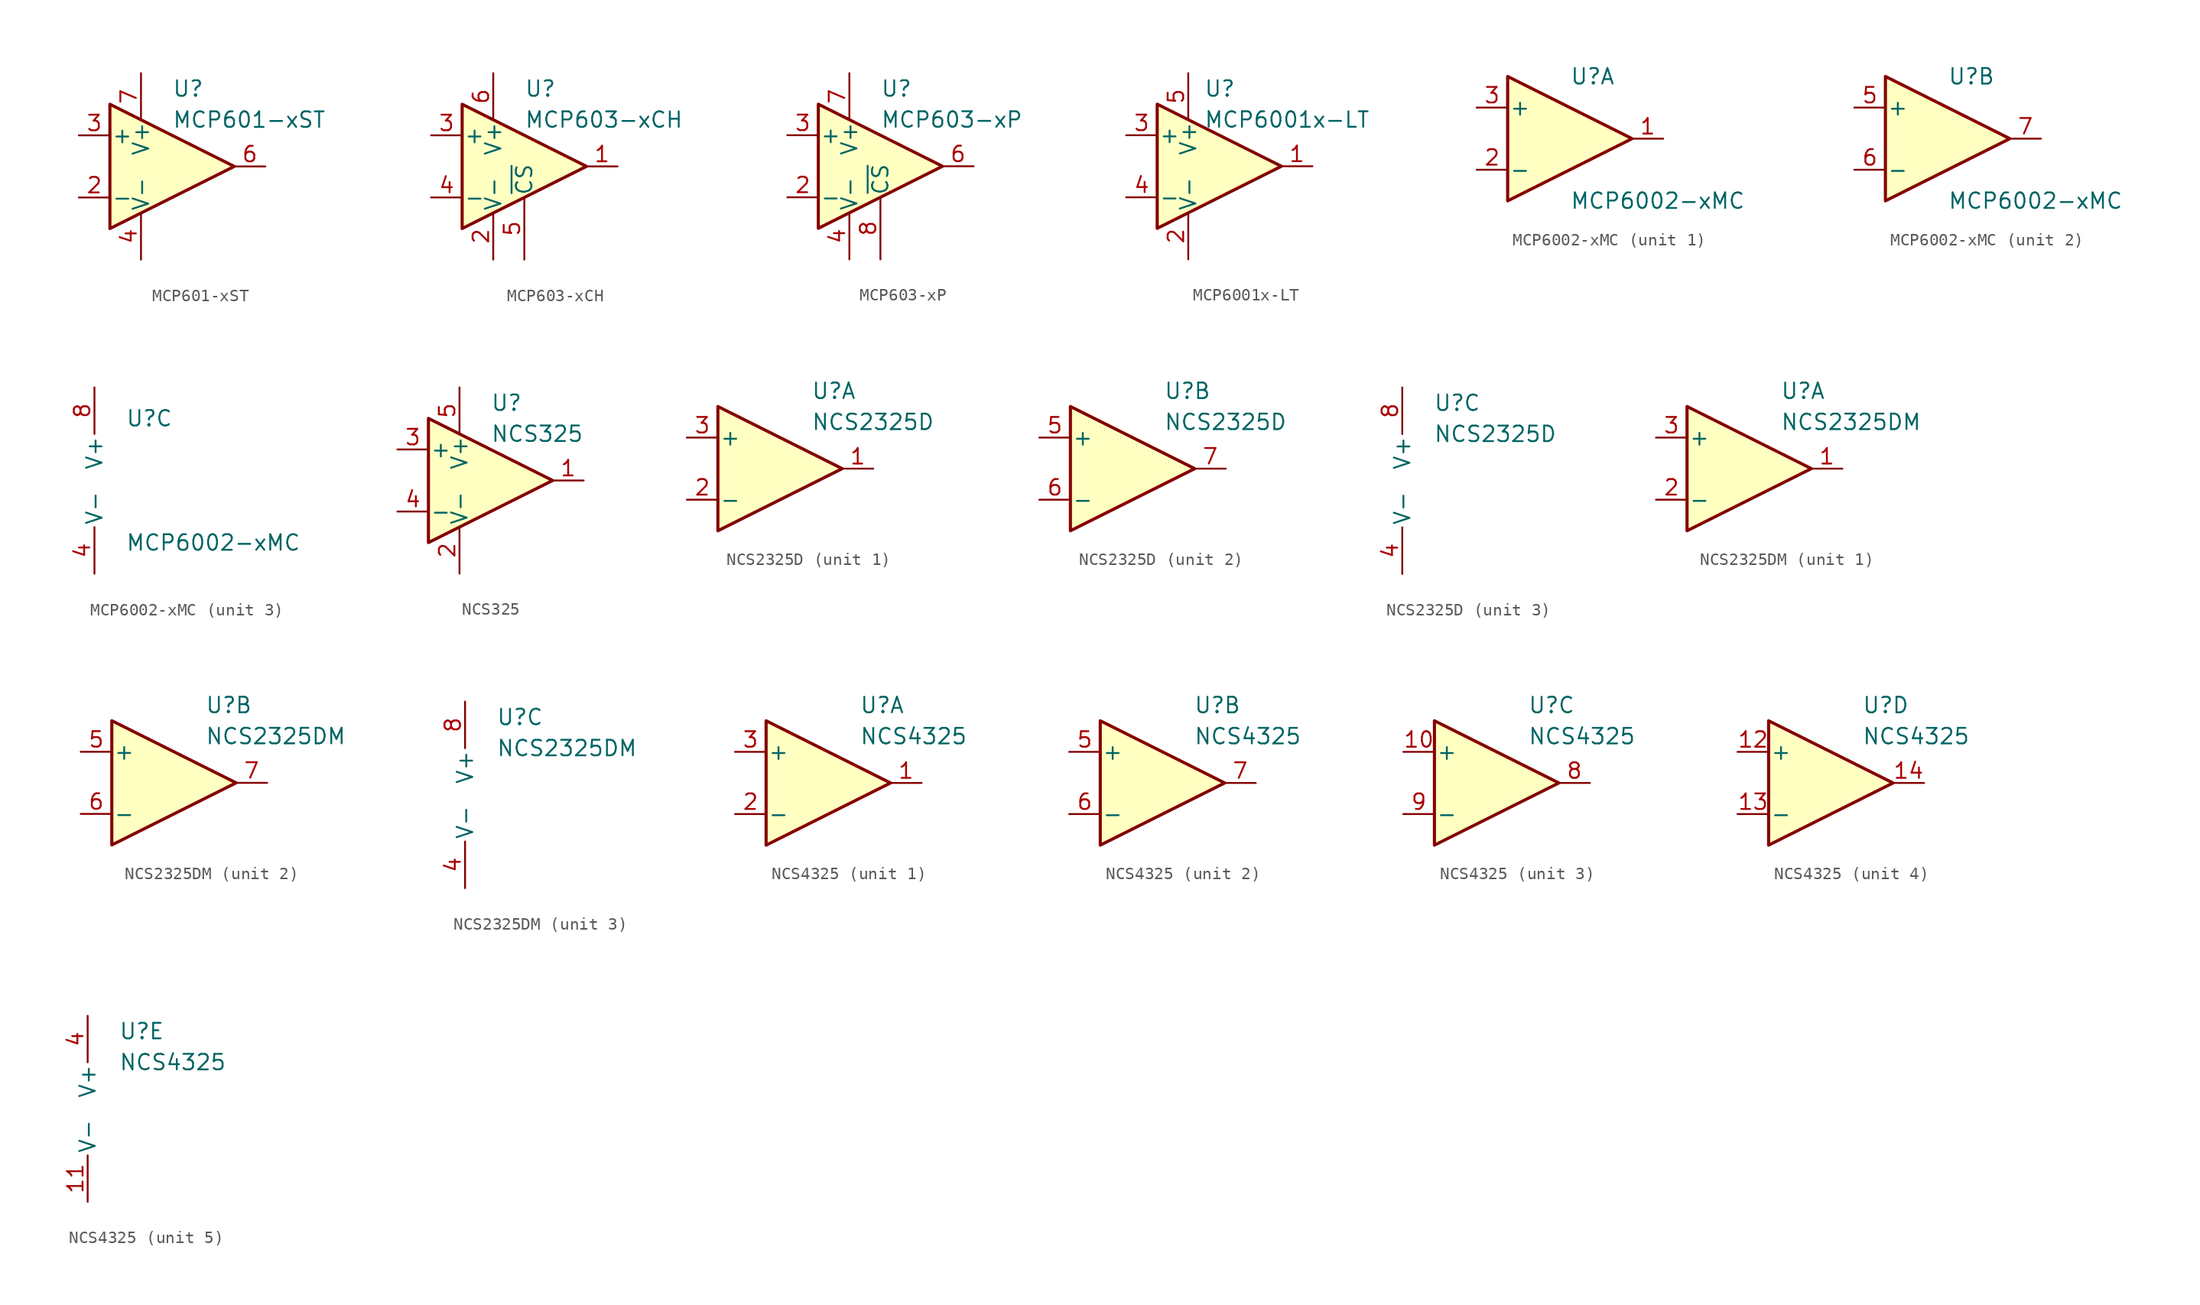
<source format=kicad_sym>
(kicad_symbol_lib
  (version 20200126)
  (host kicad_symbol_editor "(5.99.0-2908-g9a4f92dfd9)")
  (symbol "Bobs_Op_Amps:MCP601-xST"
    (pin_names
      (offset 0.127))
    (property "Reference" "U"
      (at 0 6.35 0)
      (effects (font (size 1.27 1.27)) (justify left)))
    (property "Value" "MCP601-xST"
      (at 0 3.81 0)
      (effects (font (size 1.27 1.27)) (justify left)))
    (symbol "MCP601-xST_0_1"
      (polyline (pts (xy -5.08 5.08) (xy 5.08 0) (xy -5.08 -5.08) (xy -5.08 5.08)) (stroke (width 0.254)) (fill (type background))))
    (symbol "MCP601-xST_1_1"
      (pin unconnected line (at -2.54 2.54 270) (length 2.54) hide (name "NC" (effects (font (size 1.27 1.27)))) (number "1" (effects (font (size 1.27 1.27)))))
      (pin input line (at -7.62 -2.54 0) (length 2.54) (name "-" (effects (font (size 1.27 1.27)))) (number "2" (effects (font (size 1.27 1.27)))))
      (pin input line (at -7.62 2.54 0) (length 2.54) (name "+" (effects (font (size 1.27 1.27)))) (number "3" (effects (font (size 1.27 1.27)))))
      (pin power_in line (at -2.54 -7.62 90) (length 3.81) (name "V-" (effects (font (size 1.27 1.27)))) (number "4" (effects (font (size 1.27 1.27)))))
      (pin unconnected line (at 0 2.54 270) (length 2.54) hide (name "NC" (effects (font (size 1.27 1.27)))) (number "5" (effects (font (size 1.27 1.27)))))
      (pin output line (at 7.62 0 180) (length 2.54) (name "~" (effects (font (size 1.27 1.27)))) (number "6" (effects (font (size 1.27 1.27)))))
      (pin power_in line (at -2.54 7.62 270) (length 3.81) (name "V+" (effects (font (size 1.27 1.27)))) (number "7" (effects (font (size 1.27 1.27)))))
      (pin unconnected line (at 0 -2.54 90) (length 2.54) hide (name "NC" (effects (font (size 1.27 1.27)))) (number "8" (effects (font (size 1.27 1.27)))))))
  (symbol "Bobs_Op_Amps:MCP603-xCH"
    (pin_names
      (offset 0.127))
    (property "Reference" "U"
      (at 0 6.35 0)
      (effects (font (size 1.27 1.27)) (justify left)))
    (property "Value" "MCP603-xCH"
      (at 0 3.81 0)
      (effects (font (size 1.27 1.27)) (justify left)))
    (symbol "MCP603-xCH_0_1"
      (polyline (pts (xy -5.08 5.08) (xy 5.08 0) (xy -5.08 -5.08) (xy -5.08 5.08)) (stroke (width 0.254)) (fill (type background))))
    (symbol "MCP603-xCH_1_1"
      (pin output line (at 7.62 0 180) (length 2.54) (name "~" (effects (font (size 1.27 1.27)))) (number "1" (effects (font (size 1.27 1.27)))))
      (pin power_in line (at -2.54 -7.62 90) (length 3.81) (name "V-" (effects (font (size 1.27 1.27)))) (number "2" (effects (font (size 1.27 1.27)))))
      (pin input line (at -7.62 2.54 0) (length 2.54) (name "+" (effects (font (size 1.27 1.27)))) (number "3" (effects (font (size 1.27 1.27)))))
      (pin input line (at -7.62 -2.54 0) (length 2.54) (name "-" (effects (font (size 1.27 1.27)))) (number "4" (effects (font (size 1.27 1.27)))))
      (pin input line (at 0 -7.62 90) (length 5.08) (name "~CS" (effects (font (size 1.27 1.27)))) (number "5" (effects (font (size 1.27 1.27)))))
      (pin power_in line (at -2.54 7.62 270) (length 3.81) (name "V+" (effects (font (size 1.27 1.27)))) (number "6" (effects (font (size 1.27 1.27)))))))
  (symbol "Bobs_Op_Amps:MCP603-xP"
    (pin_names
      (offset 0.127))
    (property "Reference" "U"
      (at 0 6.35 0)
      (effects (font (size 1.27 1.27)) (justify left)))
    (property "Value" "MCP603-xP"
      (at 0 3.81 0)
      (effects (font (size 1.27 1.27)) (justify left)))
    (symbol "MCP603-xP_0_1"
      (polyline (pts (xy -5.08 5.08) (xy 5.08 0) (xy -5.08 -5.08) (xy -5.08 5.08)) (stroke (width 0.254)) (fill (type background))))
    (symbol "MCP603-xP_1_1"
      (pin unconnected line (at 0 -2.54 90) (length 2.54) hide (name "NC" (effects (font (size 1.27 1.27)))) (number "1" (effects (font (size 1.27 1.27)))))
      (pin input line (at -7.62 -2.54 0) (length 2.54) (name "-" (effects (font (size 1.27 1.27)))) (number "2" (effects (font (size 1.27 1.27)))))
      (pin input line (at -7.62 2.54 0) (length 2.54) (name "+" (effects (font (size 1.27 1.27)))) (number "3" (effects (font (size 1.27 1.27)))))
      (pin power_in line (at -2.54 -7.62 90) (length 3.81) (name "V-" (effects (font (size 1.27 1.27)))) (number "4" (effects (font (size 1.27 1.27)))))
      (pin unconnected line (at -2.54 -2.54 90) (length 2.54) hide (name "NC" (effects (font (size 1.27 1.27)))) (number "5" (effects (font (size 1.27 1.27)))))
      (pin output line (at 7.62 0 180) (length 2.54) (name "~" (effects (font (size 1.27 1.27)))) (number "6" (effects (font (size 1.27 1.27)))))
      (pin power_in line (at -2.54 7.62 270) (length 3.81) (name "V+" (effects (font (size 1.27 1.27)))) (number "7" (effects (font (size 1.27 1.27)))))
      (pin input line (at 0 -7.62 90) (length 5.08) (name "~CS" (effects (font (size 1.27 1.27)))) (number "8" (effects (font (size 1.27 1.27)))))))
  (symbol "Bobs_Op_Amps:MCP6001x-LT"
    (pin_names
      (offset 0.127))
    (property "Reference" "U"
      (at -1.27 6.35 0)
      (effects (font (size 1.27 1.27)) (justify left)))
    (property "Value" "MCP6001x-LT"
      (at -1.27 3.81 0)
      (effects (font (size 1.27 1.27)) (justify left)))
    (symbol "MCP6001x-LT_0_1"
      (polyline (pts (xy -5.08 5.08) (xy 5.08 0) (xy -5.08 -5.08) (xy -5.08 5.08)) (stroke (width 0.254)) (fill (type background)))
      (pin power_in line (at -2.54 -7.62 90) (length 3.81) (name "V-" (effects (font (size 1.27 1.27)))) (number "2" (effects (font (size 1.27 1.27)))))
      (pin power_in line (at -2.54 7.62 270) (length 3.81) (name "V+" (effects (font (size 1.27 1.27)))) (number "5" (effects (font (size 1.27 1.27))))))
    (symbol "MCP6001x-LT_1_1"
      (pin output line (at 7.62 0 180) (length 2.54) (name "~" (effects (font (size 1.27 1.27)))) (number "1" (effects (font (size 1.27 1.27)))))
      (pin input line (at -7.62 2.54 0) (length 2.54) (name "+" (effects (font (size 1.27 1.27)))) (number "3" (effects (font (size 1.27 1.27)))))
      (pin input line (at -7.62 -2.54 0) (length 2.54) (name "-" (effects (font (size 1.27 1.27)))) (number "4" (effects (font (size 1.27 1.27)))))))
  (symbol "Bobs_Op_Amps:MCP6002-xMC"
    (pin_names
      (offset 0.127))
    (property "Reference" "U"
      (at 0 5.08 0)
      (effects (font (size 1.27 1.27)) (justify left)))
    (property "Value" "MCP6002-xMC"
      (at 0 -5.08 0)
      (effects (font (size 1.27 1.27)) (justify left)))
    (property "ki_locked" ""
      (at 0 0 0)
      (effects (font (size 1.27 1.27))))
    (symbol "MCP6002-xMC_1_1"
      (polyline (pts (xy -5.08 5.08) (xy 5.08 0) (xy -5.08 -5.08) (xy -5.08 5.08)) (stroke (width 0.254)) (fill (type background)))
      (pin output line (at 7.62 0 180) (length 2.54) (name "~" (effects (font (size 1.27 1.27)))) (number "1" (effects (font (size 1.27 1.27)))))
      (pin input line (at -7.62 -2.54 0) (length 2.54) (name "-" (effects (font (size 1.27 1.27)))) (number "2" (effects (font (size 1.27 1.27)))))
      (pin input line (at -7.62 2.54 0) (length 2.54) (name "+" (effects (font (size 1.27 1.27)))) (number "3" (effects (font (size 1.27 1.27))))))
    (symbol "MCP6002-xMC_2_1"
      (polyline (pts (xy -5.08 5.08) (xy 5.08 0) (xy -5.08 -5.08) (xy -5.08 5.08)) (stroke (width 0.254)) (fill (type background)))
      (pin input line (at -7.62 2.54 0) (length 2.54) (name "+" (effects (font (size 1.27 1.27)))) (number "5" (effects (font (size 1.27 1.27)))))
      (pin input line (at -7.62 -2.54 0) (length 2.54) (name "-" (effects (font (size 1.27 1.27)))) (number "6" (effects (font (size 1.27 1.27)))))
      (pin output line (at 7.62 0 180) (length 2.54) (name "~" (effects (font (size 1.27 1.27)))) (number "7" (effects (font (size 1.27 1.27))))))
    (symbol "MCP6002-xMC_3_1"
      (pin power_in line (at -2.54 -7.62 90) (length 3.81) (name "V-" (effects (font (size 1.27 1.27)))) (number "4" (effects (font (size 1.27 1.27)))))
      (pin power_in line (at -2.54 7.62 270) (length 3.81) (name "V+" (effects (font (size 1.27 1.27)))) (number "8" (effects (font (size 1.27 1.27)))))
      (pin passive line (at -2.54 -7.62 90) (length 3.81) hide (name "V-" (effects (font (size 1.27 1.27)))) (number "9" (effects (font (size 1.27 1.27)))))))
  (symbol "Bobs_Op_Amps:NCS325"
    (pin_names
      (offset 0.127))
    (property "Reference" "U"
      (at 0 6.35 0)
      (effects (font (size 1.27 1.27)) (justify left)))
    (property "Value" "NCS325"
      (at 0 3.81 0)
      (effects (font (size 1.27 1.27)) (justify left)))
    (symbol "NCS325_0_1"
      (polyline (pts (xy -5.08 5.08) (xy 5.08 0) (xy -5.08 -5.08) (xy -5.08 5.08)) (stroke (width 0.254)) (fill (type background))))
    (symbol "NCS325_1_1"
      (pin output line (at 7.62 0 180) (length 2.54) (name "~" (effects (font (size 1.27 1.27)))) (number "1" (effects (font (size 1.27 1.27)))))
      (pin power_in line (at -2.54 -7.62 90) (length 3.81) (name "V-" (effects (font (size 1.27 1.27)))) (number "2" (effects (font (size 1.27 1.27)))))
      (pin input line (at -7.62 2.54 0) (length 2.54) (name "+" (effects (font (size 1.27 1.27)))) (number "3" (effects (font (size 1.27 1.27)))))
      (pin input line (at -7.62 -2.54 0) (length 2.54) (name "-" (effects (font (size 1.27 1.27)))) (number "4" (effects (font (size 1.27 1.27)))))
      (pin power_in line (at -2.54 7.62 270) (length 3.81) (name "V+" (effects (font (size 1.27 1.27)))) (number "5" (effects (font (size 1.27 1.27)))))))
  (symbol "Bobs_Op_Amps:NCS2325D"
    (pin_names
      (offset 0.127))
    (property "Reference" "U"
      (at 2.54 6.35 0)
      (effects (font (size 1.27 1.27)) (justify left)))
    (property "Value" "NCS2325D"
      (at 2.54 3.81 0)
      (effects (font (size 1.27 1.27)) (justify left)))
    (property "ki_locked" ""
      (at 0 0 0)
      (effects (font (size 1.27 1.27))))
    (symbol "NCS2325D_1_1"
      (polyline (pts (xy 5.08 0) (xy -5.08 5.08) (xy -5.08 -5.08) (xy 5.08 0)) (stroke (width 0.254)) (fill (type background)))
      (pin output line (at 7.62 0 180) (length 2.54) (name "~" (effects (font (size 1.27 1.27)))) (number "1" (effects (font (size 1.27 1.27)))))
      (pin input line (at -7.62 -2.54 0) (length 2.54) (name "-" (effects (font (size 1.27 1.27)))) (number "2" (effects (font (size 1.27 1.27)))))
      (pin input line (at -7.62 2.54 0) (length 2.54) (name "+" (effects (font (size 1.27 1.27)))) (number "3" (effects (font (size 1.27 1.27))))))
    (symbol "NCS2325D_2_1"
      (polyline (pts (xy 5.08 0) (xy -5.08 5.08) (xy -5.08 -5.08) (xy 5.08 0)) (stroke (width 0.254)) (fill (type background)))
      (pin input line (at -7.62 2.54 0) (length 2.54) (name "+" (effects (font (size 1.27 1.27)))) (number "5" (effects (font (size 1.27 1.27)))))
      (pin input line (at -7.62 -2.54 0) (length 2.54) (name "-" (effects (font (size 1.27 1.27)))) (number "6" (effects (font (size 1.27 1.27)))))
      (pin output line (at 7.62 0 180) (length 2.54) (name "~" (effects (font (size 1.27 1.27)))) (number "7" (effects (font (size 1.27 1.27))))))
    (symbol "NCS2325D_3_1"
      (pin power_in line (at 0 -7.62 90) (length 3.81) (name "V-" (effects (font (size 1.27 1.27)))) (number "4" (effects (font (size 1.27 1.27)))))
      (pin power_in line (at 0 7.62 270) (length 3.81) (name "V+" (effects (font (size 1.27 1.27)))) (number "8" (effects (font (size 1.27 1.27)))))))
  (symbol "Bobs_Op_Amps:NCS2325DM"
    (pin_names
      (offset 0.127))
    (property "Reference" "U"
      (at 2.54 6.35 0)
      (effects (font (size 1.27 1.27)) (justify left)))
    (property "Value" "NCS2325DM"
      (at 2.54 3.81 0)
      (effects (font (size 1.27 1.27)) (justify left)))
    (property "ki_locked" ""
      (at 0 0 0)
      (effects (font (size 1.27 1.27))))
    (symbol "NCS2325DM_1_1"
      (polyline (pts (xy 5.08 0) (xy -5.08 5.08) (xy -5.08 -5.08) (xy 5.08 0)) (stroke (width 0.254)) (fill (type background)))
      (pin output line (at 7.62 0 180) (length 2.54) (name "~" (effects (font (size 1.27 1.27)))) (number "1" (effects (font (size 1.27 1.27)))))
      (pin input line (at -7.62 -2.54 0) (length 2.54) (name "-" (effects (font (size 1.27 1.27)))) (number "2" (effects (font (size 1.27 1.27)))))
      (pin input line (at -7.62 2.54 0) (length 2.54) (name "+" (effects (font (size 1.27 1.27)))) (number "3" (effects (font (size 1.27 1.27))))))
    (symbol "NCS2325DM_2_1"
      (polyline (pts (xy 5.08 0) (xy -5.08 5.08) (xy -5.08 -5.08) (xy 5.08 0)) (stroke (width 0.254)) (fill (type background)))
      (pin input line (at -7.62 2.54 0) (length 2.54) (name "+" (effects (font (size 1.27 1.27)))) (number "5" (effects (font (size 1.27 1.27)))))
      (pin input line (at -7.62 -2.54 0) (length 2.54) (name "-" (effects (font (size 1.27 1.27)))) (number "6" (effects (font (size 1.27 1.27)))))
      (pin output line (at 7.62 0 180) (length 2.54) (name "~" (effects (font (size 1.27 1.27)))) (number "7" (effects (font (size 1.27 1.27))))))
    (symbol "NCS2325DM_3_1"
      (pin power_in line (at 0 -7.62 90) (length 3.81) (name "V-" (effects (font (size 1.27 1.27)))) (number "4" (effects (font (size 1.27 1.27)))))
      (pin power_in line (at 0 7.62 270) (length 3.81) (name "V+" (effects (font (size 1.27 1.27)))) (number "8" (effects (font (size 1.27 1.27)))))))
  (symbol "Bobs_Op_Amps:NCS4325"
    (pin_names
      (offset 0.127))
    (property "Reference" "U"
      (at 2.54 6.35 0)
      (effects (font (size 1.27 1.27)) (justify left)))
    (property "Value" "NCS4325"
      (at 2.54 3.81 0)
      (effects (font (size 1.27 1.27)) (justify left)))
    (property "ki_locked" ""
      (at 0 0 0)
      (effects (font (size 1.27 1.27))))
    (symbol "NCS4325_1_1"
      (polyline (pts (xy 5.08 0) (xy -5.08 5.08) (xy -5.08 -5.08) (xy 5.08 0)) (stroke (width 0.254)) (fill (type background)))
      (pin output line (at 7.62 0 180) (length 2.54) (name "~" (effects (font (size 1.27 1.27)))) (number "1" (effects (font (size 1.27 1.27)))))
      (pin input line (at -7.62 -2.54 0) (length 2.54) (name "-" (effects (font (size 1.27 1.27)))) (number "2" (effects (font (size 1.27 1.27)))))
      (pin input line (at -7.62 2.54 0) (length 2.54) (name "+" (effects (font (size 1.27 1.27)))) (number "3" (effects (font (size 1.27 1.27))))))
    (symbol "NCS4325_2_1"
      (polyline (pts (xy -5.08 5.08) (xy -5.08 -5.08) (xy 5.08 0) (xy -5.08 5.08)) (stroke (width 0.254)) (fill (type background)))
      (pin input line (at -7.62 2.54 0) (length 2.54) (name "+" (effects (font (size 1.27 1.27)))) (number "5" (effects (font (size 1.27 1.27)))))
      (pin input line (at -7.62 -2.54 0) (length 2.54) (name "-" (effects (font (size 1.27 1.27)))) (number "6" (effects (font (size 1.27 1.27)))))
      (pin output line (at 7.62 0 180) (length 2.54) (name "~" (effects (font (size 1.27 1.27)))) (number "7" (effects (font (size 1.27 1.27))))))
    (symbol "NCS4325_3_1"
      (polyline (pts (xy 5.08 0) (xy -5.08 5.08) (xy -5.08 -5.08) (xy 5.08 0)) (stroke (width 0.254)) (fill (type background)))
      (pin input line (at -7.62 2.54 0) (length 2.54) (name "+" (effects (font (size 1.27 1.27)))) (number "10" (effects (font (size 1.27 1.27)))))
      (pin output line (at 7.62 0 180) (length 2.54) (name "~" (effects (font (size 1.27 1.27)))) (number "8" (effects (font (size 1.27 1.27)))))
      (pin input line (at -7.62 -2.54 0) (length 2.54) (name "-" (effects (font (size 1.27 1.27)))) (number "9" (effects (font (size 1.27 1.27))))))
    (symbol "NCS4325_4_1"
      (polyline (pts (xy -5.08 5.08) (xy 5.08 0) (xy -5.08 -5.08) (xy -5.08 5.08)) (stroke (width 0.254)) (fill (type background)))
      (pin input line (at -7.62 2.54 0) (length 2.54) (name "+" (effects (font (size 1.27 1.27)))) (number "12" (effects (font (size 1.27 1.27)))))
      (pin input line (at -7.62 -2.54 0) (length 2.54) (name "-" (effects (font (size 1.27 1.27)))) (number "13" (effects (font (size 1.27 1.27)))))
      (pin output line (at 7.62 0 180) (length 2.54) (name "~" (effects (font (size 1.27 1.27)))) (number "14" (effects (font (size 1.27 1.27))))))
    (symbol "NCS4325_5_1"
      (pin power_in line (at 0 -7.62 90) (length 3.81) (name "V-" (effects (font (size 1.27 1.27)))) (number "11" (effects (font (size 1.27 1.27)))))
      (pin power_in line (at 0 7.62 270) (length 3.81) (name "V+" (effects (font (size 1.27 1.27)))) (number "4" (effects (font (size 1.27 1.27))))))))
</source>
